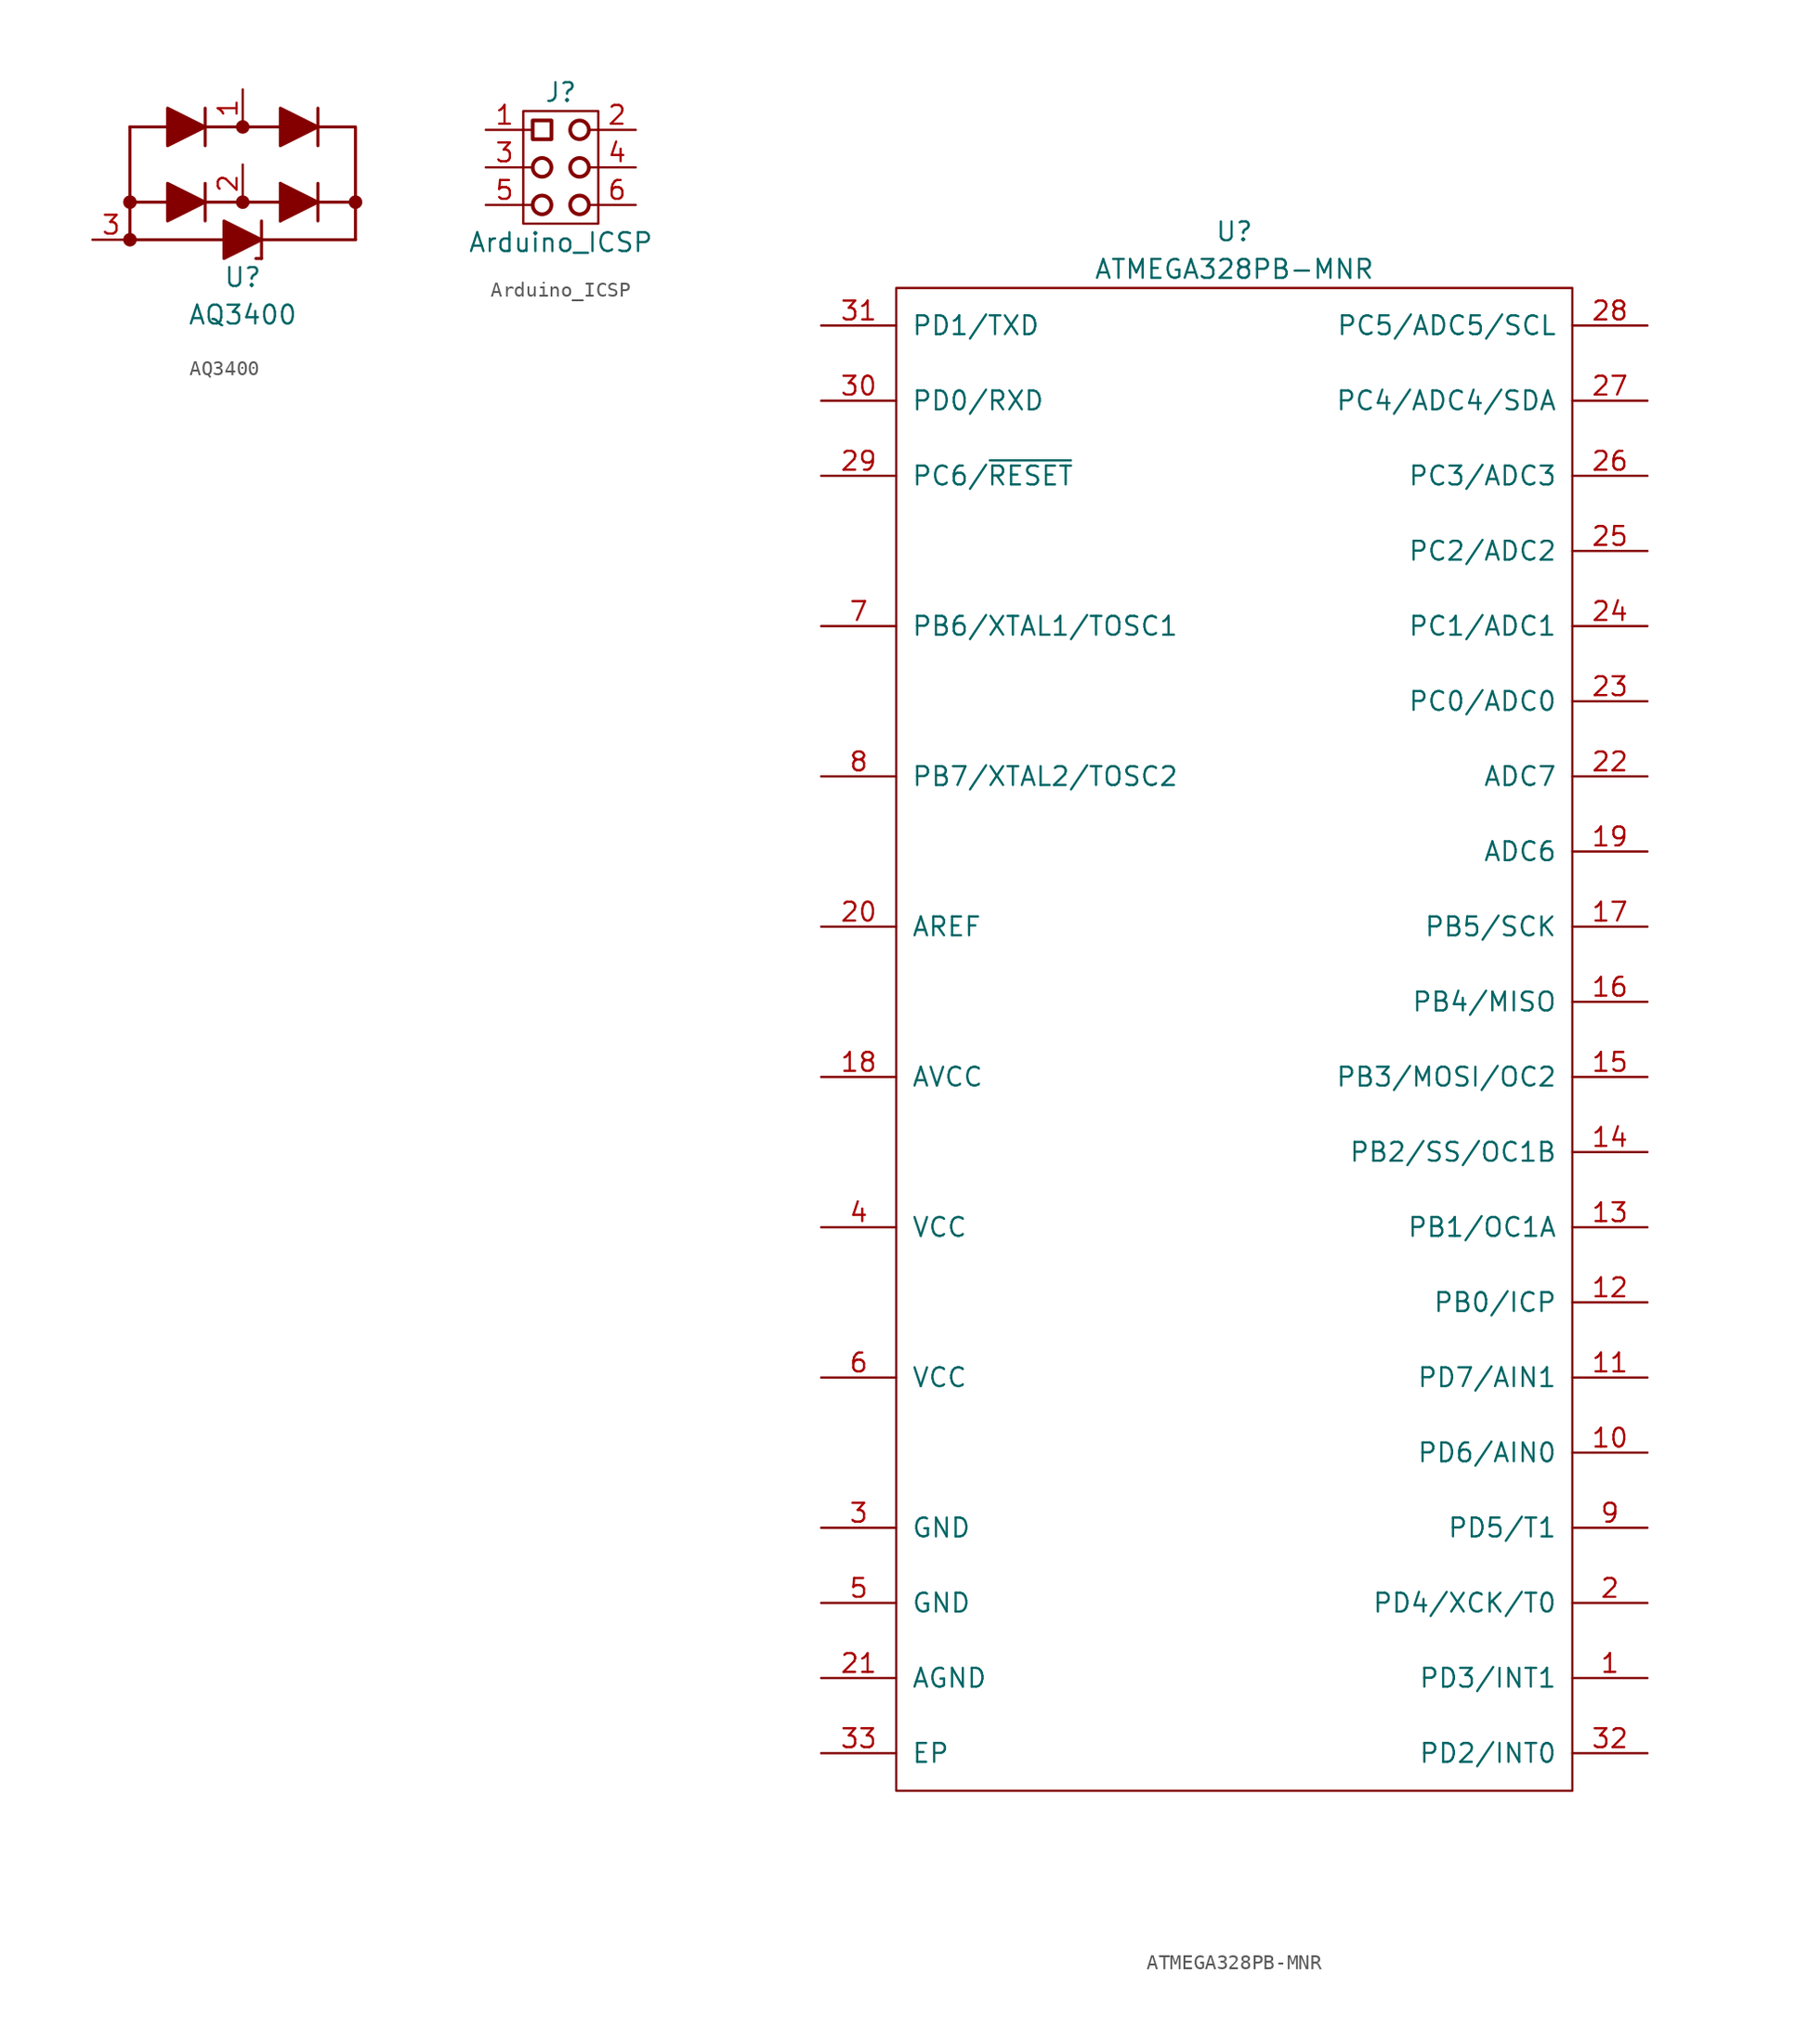
<source format=kicad_sym>
(kicad_symbol_lib
  (version 20211014)
  (generator kicad_symbol_editor)
  (symbol "AQ3400"
    (pin_names
      (offset 1.016))
    (property "Reference" "U"
      (at 0 -10.16 0)
      (effects (font (size 1.27 1.27))))
    (property "Value" "AQ3400"
      (at 0 -12.7 0)
      (effects (font (size 1.27 1.27))))
    (symbol "AQ3400_0_1"
      (circle (center -7.62 -7.62) (radius 0.356) (stroke (width 0.203) (type default) (color 0 0 0 0)) (fill (type outline)))
      (circle (center -7.62 -5.08) (radius 0.356) (stroke (width 0.203) (type default) (color 0 0 0 0)) (fill (type outline)))
      (circle (center 0 -5.08) (radius 0.356) (stroke (width 0.203) (type default) (color 0 0 0 0)) (fill (type outline)))
      (polyline (pts (xy -7.62 -7.62) (xy -7.62 0)) (stroke (width 0.203) (type default) (color 0 0 0 0)) (fill (type none)))
      (polyline (pts (xy -7.62 -7.62) (xy -1.27 -7.62)) (stroke (width 0.203) (type default) (color 0 0 0 0)) (fill (type none)))
      (polyline (pts (xy -7.62 0) (xy -5.08 0)) (stroke (width 0.203) (type default) (color 0 0 0 0)) (fill (type none)))
      (polyline (pts (xy -5.08 -5.08) (xy -7.62 -5.08)) (stroke (width 0.203) (type default) (color 0 0 0 0)) (fill (type none)))
      (polyline (pts (xy -2.54 -5.08) (xy 2.54 -5.08)) (stroke (width 0.203) (type default) (color 0 0 0 0)) (fill (type none)))
      (polyline (pts (xy -2.54 -3.81) (xy -2.54 -6.35)) (stroke (width 0.203) (type default) (color 0 0 0 0)) (fill (type none)))
      (polyline (pts (xy -2.54 0) (xy 2.54 0)) (stroke (width 0.203) (type default) (color 0 0 0 0)) (fill (type none)))
      (polyline (pts (xy -2.54 1.27) (xy -2.54 -1.27)) (stroke (width 0.203) (type default) (color 0 0 0 0)) (fill (type none)))
      (polyline (pts (xy 1.27 -8.89) (xy 0.889 -8.89)) (stroke (width 0.203) (type default) (color 0 0 0 0)) (fill (type none)))
      (polyline (pts (xy 1.27 -7.62) (xy 7.62 -7.62)) (stroke (width 0.203) (type default) (color 0 0 0 0)) (fill (type none)))
      (polyline (pts (xy 1.27 -6.35) (xy 1.27 -8.89)) (stroke (width 0.203) (type default) (color 0 0 0 0)) (fill (type none)))
      (polyline (pts (xy 2.54 -3.81) (xy 2.54 -6.35)) (stroke (width 0.203) (type default) (color 0 0 0 0)) (fill (type none)))
      (polyline (pts (xy 5.08 -3.81) (xy 5.08 -6.35)) (stroke (width 0.203) (type default) (color 0 0 0 0)) (fill (type none)))
      (polyline (pts (xy 5.08 1.27) (xy 5.08 -1.27)) (stroke (width 0.203) (type default) (color 0 0 0 0)) (fill (type none)))
      (polyline (pts (xy 7.62 -7.62) (xy 7.62 -5.08)) (stroke (width 0.203) (type default) (color 0 0 0 0)) (fill (type none)))
      (polyline (pts (xy 2.54 -6.35) (xy 5.08 -5.08) (xy 2.54 -3.81)) (stroke (width 0.203) (type default) (color 0 0 0 0)) (fill (type outline)))
      (polyline (pts (xy -5.08 -3.81) (xy -5.08 -6.35) (xy -2.54 -5.08) (xy -5.08 -3.81)) (stroke (width 0.203) (type default) (color 0 0 0 0)) (fill (type outline)))
      (polyline (pts (xy -5.08 1.27) (xy -5.08 -1.27) (xy -2.54 0) (xy -5.08 1.27)) (stroke (width 0.203) (type default) (color 0 0 0 0)) (fill (type outline)))
      (polyline (pts (xy -1.27 -6.35) (xy -1.27 -8.89) (xy 1.27 -7.62) (xy -1.27 -6.35)) (stroke (width 0.203) (type default) (color 0 0 0 0)) (fill (type outline)))
      (polyline (pts (xy 2.54 1.27) (xy 2.54 -1.27) (xy 5.08 0) (xy 2.54 1.27)) (stroke (width 0.203) (type default) (color 0 0 0 0)) (fill (type outline)))
      (polyline (pts (xy 5.08 0) (xy 7.62 0) (xy 7.62 -5.08) (xy 5.08 -5.08)) (stroke (width 0.203) (type default) (color 0 0 0 0)) (fill (type none)))
      (circle (center 0 0) (radius 0.356) (stroke (width 0.203) (type default) (color 0 0 0 0)) (fill (type outline)))
      (circle (center 7.62 -5.08) (radius 0.356) (stroke (width 0.203) (type default) (color 0 0 0 0)) (fill (type outline))))
    (symbol "AQ3400_1_1"
      (pin passive line (at 0 2.54 270) (length 2.54) (name "~" (effects (font (size 1.27 1.27)))) (number "1" (effects (font (size 1.27 1.27)))))
      (pin passive line (at 0 -2.54 270) (length 2.54) (name "~" (effects (font (size 1.27 1.27)))) (number "2" (effects (font (size 1.27 1.27)))))
      (pin passive line (at -10.16 -7.62 0) (length 2.54) (name "~" (effects (font (size 1.27 1.27)))) (number "3" (effects (font (size 1.27 1.27)))))))
  (symbol "Arduino_ICSP"
    (pin_names
      (offset 1.016))
    (property "Reference" "J"
      (at 0 5.08 0)
      (effects (font (size 1.27 1.27))))
    (property "Value" "Arduino_ICSP"
      (at 0 -5.08 0)
      (effects (font (size 1.27 1.27))))
    (symbol "Arduino_ICSP_0_1"
      (rectangle (start -2.54 3.81) (end 2.54 -3.81) (stroke (width 0) (type default) (color 0 0 0 0)) (fill (type none)))
      (rectangle (start -1.905 3.175) (end -0.635 1.905) (stroke (width 0.254) (type default) (color 0 0 0 0)) (fill (type none)))
      (circle (center -1.27 -2.54) (radius 0.635) (stroke (width 0.254) (type default) (color 0 0 0 0)) (fill (type none)))
      (circle (center -1.27 0) (radius 0.635) (stroke (width 0.254) (type default) (color 0 0 0 0)) (fill (type none)))
      (polyline (pts (xy -2.54 -2.54) (xy -1.905 -2.54)) (stroke (width 0) (type default) (color 0 0 0 0)) (fill (type none)))
      (polyline (pts (xy -2.54 0) (xy -1.905 0)) (stroke (width 0) (type default) (color 0 0 0 0)) (fill (type none)))
      (polyline (pts (xy -2.54 2.54) (xy -1.905 2.54)) (stroke (width 0) (type default) (color 0 0 0 0)) (fill (type none)))
      (polyline (pts (xy 1.905 -2.54) (xy 2.54 -2.54)) (stroke (width 0) (type default) (color 0 0 0 0)) (fill (type none)))
      (polyline (pts (xy 1.905 0) (xy 2.54 0)) (stroke (width 0) (type default) (color 0 0 0 0)) (fill (type none)))
      (polyline (pts (xy 1.905 2.54) (xy 2.54 2.54)) (stroke (width 0) (type default) (color 0 0 0 0)) (fill (type none)))
      (circle (center 1.27 -2.54) (radius 0.635) (stroke (width 0.254) (type default) (color 0 0 0 0)) (fill (type none)))
      (circle (center 1.27 0) (radius 0.635) (stroke (width 0.254) (type default) (color 0 0 0 0)) (fill (type none)))
      (circle (center 1.27 2.54) (radius 0.635) (stroke (width 0.254) (type default) (color 0 0 0 0)) (fill (type none))))
    (symbol "Arduino_ICSP_1_1"
      (pin input line (at -5.08 2.54 0) (length 2.54) (name "~" (effects (font (size 1.27 1.27)))) (number "1" (effects (font (size 1.27 1.27)))))
      (pin input line (at 5.08 2.54 180) (length 2.54) (name "~" (effects (font (size 1.27 1.27)))) (number "2" (effects (font (size 1.27 1.27)))))
      (pin input line (at -5.08 0 0) (length 2.54) (name "~" (effects (font (size 1.27 1.27)))) (number "3" (effects (font (size 1.27 1.27)))))
      (pin input line (at 5.08 0 180) (length 2.54) (name "~" (effects (font (size 1.27 1.27)))) (number "4" (effects (font (size 1.27 1.27)))))
      (pin input line (at -5.08 -2.54 0) (length 2.54) (name "~" (effects (font (size 1.27 1.27)))) (number "5" (effects (font (size 1.27 1.27)))))
      (pin input line (at 5.08 -2.54 180) (length 2.54) (name "~" (effects (font (size 1.27 1.27)))) (number "6" (effects (font (size 1.27 1.27)))))))
  (symbol "ATMEGA328PB-MNR"
    (pin_names
      (offset 1.016))
    (property "Reference" "U"
      (at 0 54.61 0)
      (effects (font (size 1.27 1.27))))
    (property "Value" "ATMEGA328PB-MNR"
      (at 0 52.07 0)
      (effects (font (size 1.27 1.27))))
    (symbol "ATMEGA328PB-MNR_0_1"
      (rectangle (start 22.86 50.8) (end -22.86 -50.8) (stroke (width 0) (type default) (color 0 0 0 0)) (fill (type none))))
    (symbol "ATMEGA328PB-MNR_1_1"
      (pin input line (at 27.94 -43.18 180) (length 5.08) (name "PD3/INT1" (effects (font (size 1.27 1.27)))) (number "1" (effects (font (size 1.27 1.27)))))
      (pin input line (at 27.94 -27.94 180) (length 5.08) (name "PD6/AIN0" (effects (font (size 1.27 1.27)))) (number "10" (effects (font (size 1.27 1.27)))))
      (pin input line (at 27.94 -22.86 180) (length 5.08) (name "PD7/AIN1" (effects (font (size 1.27 1.27)))) (number "11" (effects (font (size 1.27 1.27)))))
      (pin input line (at 27.94 -17.78 180) (length 5.08) (name "PB0/ICP" (effects (font (size 1.27 1.27)))) (number "12" (effects (font (size 1.27 1.27)))))
      (pin input line (at 27.94 -12.7 180) (length 5.08) (name "PB1/OC1A" (effects (font (size 1.27 1.27)))) (number "13" (effects (font (size 1.27 1.27)))))
      (pin input line (at 27.94 -7.62 180) (length 5.08) (name "PB2/SS/OC1B" (effects (font (size 1.27 1.27)))) (number "14" (effects (font (size 1.27 1.27)))))
      (pin input line (at 27.94 -2.54 180) (length 5.08) (name "PB3/MOSI/OC2" (effects (font (size 1.27 1.27)))) (number "15" (effects (font (size 1.27 1.27)))))
      (pin input line (at 27.94 2.54 180) (length 5.08) (name "PB4/MISO" (effects (font (size 1.27 1.27)))) (number "16" (effects (font (size 1.27 1.27)))))
      (pin input line (at 27.94 7.62 180) (length 5.08) (name "PB5/SCK" (effects (font (size 1.27 1.27)))) (number "17" (effects (font (size 1.27 1.27)))))
      (pin input line (at -27.94 -2.54 0) (length 5.08) (name "AVCC" (effects (font (size 1.27 1.27)))) (number "18" (effects (font (size 1.27 1.27)))))
      (pin input line (at 27.94 12.7 180) (length 5.08) (name "ADC6" (effects (font (size 1.27 1.27)))) (number "19" (effects (font (size 1.27 1.27)))))
      (pin input line (at 27.94 -38.1 180) (length 5.08) (name "PD4/XCK/T0" (effects (font (size 1.27 1.27)))) (number "2" (effects (font (size 1.27 1.27)))))
      (pin input line (at -27.94 7.62 0) (length 5.08) (name "AREF" (effects (font (size 1.27 1.27)))) (number "20" (effects (font (size 1.27 1.27)))))
      (pin input line (at -27.94 -43.18 0) (length 5.08) (name "AGND" (effects (font (size 1.27 1.27)))) (number "21" (effects (font (size 1.27 1.27)))))
      (pin input line (at 27.94 17.78 180) (length 5.08) (name "ADC7" (effects (font (size 1.27 1.27)))) (number "22" (effects (font (size 1.27 1.27)))))
      (pin input line (at 27.94 22.86 180) (length 5.08) (name "PC0/ADC0" (effects (font (size 1.27 1.27)))) (number "23" (effects (font (size 1.27 1.27)))))
      (pin input line (at 27.94 27.94 180) (length 5.08) (name "PC1/ADC1" (effects (font (size 1.27 1.27)))) (number "24" (effects (font (size 1.27 1.27)))))
      (pin input line (at 27.94 33.02 180) (length 5.08) (name "PC2/ADC2" (effects (font (size 1.27 1.27)))) (number "25" (effects (font (size 1.27 1.27)))))
      (pin input line (at 27.94 38.1 180) (length 5.08) (name "PC3/ADC3" (effects (font (size 1.27 1.27)))) (number "26" (effects (font (size 1.27 1.27)))))
      (pin input line (at 27.94 43.18 180) (length 5.08) (name "PC4/ADC4/SDA" (effects (font (size 1.27 1.27)))) (number "27" (effects (font (size 1.27 1.27)))))
      (pin input line (at 27.94 48.26 180) (length 5.08) (name "PC5/ADC5/SCL" (effects (font (size 1.27 1.27)))) (number "28" (effects (font (size 1.27 1.27)))))
      (pin input line (at -27.94 38.1 0) (length 5.08) (name "PC6/~{RESET}" (effects (font (size 1.27 1.27)))) (number "29" (effects (font (size 1.27 1.27)))))
      (pin input line (at -27.94 -33.02 0) (length 5.08) (name "GND" (effects (font (size 1.27 1.27)))) (number "3" (effects (font (size 1.27 1.27)))))
      (pin input line (at -27.94 43.18 0) (length 5.08) (name "PD0/RXD" (effects (font (size 1.27 1.27)))) (number "30" (effects (font (size 1.27 1.27)))))
      (pin input line (at -27.94 48.26 0) (length 5.08) (name "PD1/TXD" (effects (font (size 1.27 1.27)))) (number "31" (effects (font (size 1.27 1.27)))))
      (pin input line (at 27.94 -48.26 180) (length 5.08) (name "PD2/INT0" (effects (font (size 1.27 1.27)))) (number "32" (effects (font (size 1.27 1.27)))))
      (pin input line (at -27.94 -48.26 0) (length 5.08) (name "EP" (effects (font (size 1.27 1.27)))) (number "33" (effects (font (size 1.27 1.27)))))
      (pin input line (at -27.94 -12.7 0) (length 5.08) (name "VCC" (effects (font (size 1.27 1.27)))) (number "4" (effects (font (size 1.27 1.27)))))
      (pin input line (at -27.94 -38.1 0) (length 5.08) (name "GND" (effects (font (size 1.27 1.27)))) (number "5" (effects (font (size 1.27 1.27)))))
      (pin input line (at -27.94 -22.86 0) (length 5.08) (name "VCC" (effects (font (size 1.27 1.27)))) (number "6" (effects (font (size 1.27 1.27)))))
      (pin input line (at -27.94 27.94 0) (length 5.08) (name "PB6/XTAL1/TOSC1" (effects (font (size 1.27 1.27)))) (number "7" (effects (font (size 1.27 1.27)))))
      (pin input line (at -27.94 17.78 0) (length 5.08) (name "PB7/XTAL2/TOSC2" (effects (font (size 1.27 1.27)))) (number "8" (effects (font (size 1.27 1.27)))))
      (pin input line (at 27.94 -33.02 180) (length 5.08) (name "PD5/T1" (effects (font (size 1.27 1.27)))) (number "9" (effects (font (size 1.27 1.27))))))))
</source>
